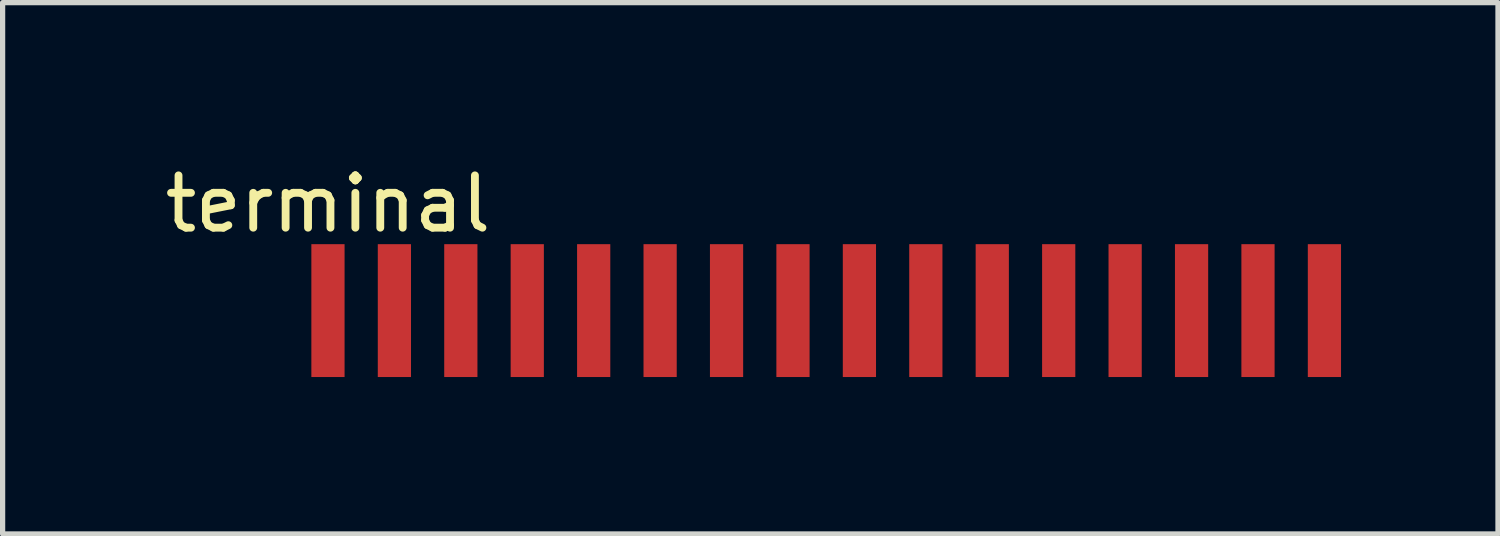
<source format=kicad_pcb>
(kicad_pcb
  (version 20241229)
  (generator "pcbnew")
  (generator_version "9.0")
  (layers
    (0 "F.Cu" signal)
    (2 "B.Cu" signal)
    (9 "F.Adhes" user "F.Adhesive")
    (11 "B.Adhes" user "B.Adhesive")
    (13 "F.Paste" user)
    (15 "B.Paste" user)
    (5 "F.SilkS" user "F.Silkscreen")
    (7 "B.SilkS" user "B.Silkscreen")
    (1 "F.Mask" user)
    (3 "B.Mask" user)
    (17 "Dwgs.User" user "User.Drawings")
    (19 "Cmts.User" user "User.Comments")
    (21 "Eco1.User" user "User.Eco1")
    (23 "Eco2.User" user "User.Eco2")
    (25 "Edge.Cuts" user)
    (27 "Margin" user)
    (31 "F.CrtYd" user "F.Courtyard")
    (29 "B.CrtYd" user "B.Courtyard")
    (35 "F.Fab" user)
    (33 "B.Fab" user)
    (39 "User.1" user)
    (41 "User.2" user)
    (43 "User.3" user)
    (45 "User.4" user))
  (footprint "terminal"
    (layer "F.Cu")
    (at 3.22 0.348)
    (property "Reference" "terminal" (at 0 0.5 0) (layer "F.SilkS") (effects (font (size 1 1) (thickness 0.15))))
    (attr through_hole)
    (pad "1" smd rect (at 19.05 2.54) (size 0.635 2.54) (layers "F.Cu" "F.Mask" "F.Paste"))
    (pad "2" smd rect (at 17.78 2.54) (size 0.635 2.54) (layers "F.Cu" "F.Mask" "F.Paste"))
    (pad "3" smd rect (at 16.51 2.54) (size 0.635 2.54) (layers "F.Cu" "F.Mask" "F.Paste"))
    (pad "4" smd rect (at 15.24 2.54) (size 0.635 2.54) (layers "F.Cu" "F.Mask" "F.Paste"))
    (pad "5" smd rect (at 13.97 2.54) (size 0.635 2.54) (layers "F.Cu" "F.Mask" "F.Paste"))
    (pad "6" smd rect (at 12.7 2.54) (size 0.635 2.54) (layers "F.Cu" "F.Mask" "F.Paste"))
    (pad "7" smd rect (at 11.43 2.54) (size 0.635 2.54) (layers "F.Cu" "F.Mask" "F.Paste"))
    (pad "8" smd rect (at 10.16 2.54) (size 0.635 2.54) (layers "F.Cu" "F.Mask" "F.Paste"))
    (pad "9" smd rect (at 8.89 2.54) (size 0.635 2.54) (layers "F.Cu" "F.Mask" "F.Paste"))
    (pad "10" smd rect (at 7.62 2.54) (size 0.635 2.54) (layers "F.Cu" "F.Mask" "F.Paste"))
    (pad "11" smd rect (at 6.35 2.54) (size 0.635 2.54) (layers "F.Cu" "F.Mask" "F.Paste"))
    (pad "12" smd rect (at 5.08 2.54) (size 0.635 2.54) (layers "F.Cu" "F.Mask" "F.Paste"))
    (pad "13" smd rect (at 3.81 2.54) (size 0.635 2.54) (layers "F.Cu" "F.Mask" "F.Paste"))
    (pad "14" smd rect (at 2.54 2.54) (size 0.635 2.54) (layers "F.Cu" "F.Mask" "F.Paste"))
    (pad "15" smd rect (at 1.27 2.54) (size 0.635 2.54) (layers "F.Cu" "F.Mask" "F.Paste"))
    (pad "16" smd rect (at 0 2.54) (size 0.635 2.54) (layers "F.Cu" "F.Mask" "F.Paste")))
  (gr_rect
    (start -3 -3)
    (end 25.588 7.158)
    (stroke (width 0.1) (type default))
    (fill no)
    (layer "Edge.Cuts")))
</source>
